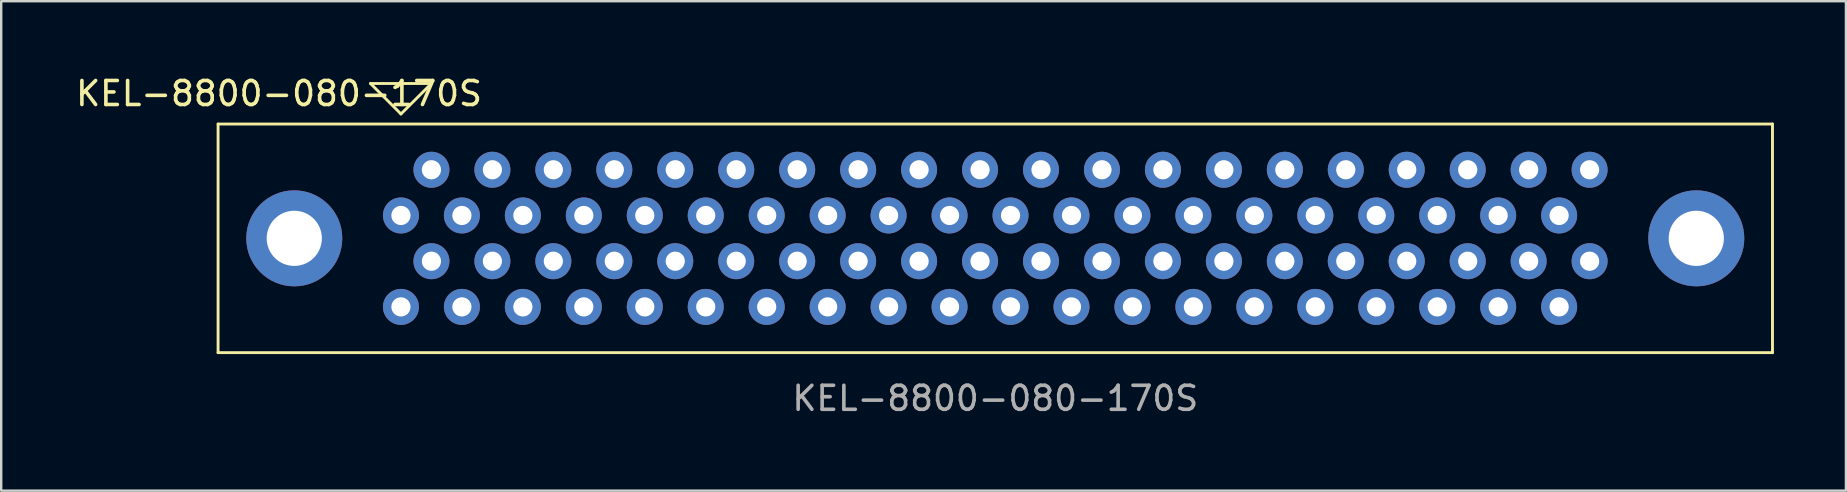
<source format=kicad_pcb>
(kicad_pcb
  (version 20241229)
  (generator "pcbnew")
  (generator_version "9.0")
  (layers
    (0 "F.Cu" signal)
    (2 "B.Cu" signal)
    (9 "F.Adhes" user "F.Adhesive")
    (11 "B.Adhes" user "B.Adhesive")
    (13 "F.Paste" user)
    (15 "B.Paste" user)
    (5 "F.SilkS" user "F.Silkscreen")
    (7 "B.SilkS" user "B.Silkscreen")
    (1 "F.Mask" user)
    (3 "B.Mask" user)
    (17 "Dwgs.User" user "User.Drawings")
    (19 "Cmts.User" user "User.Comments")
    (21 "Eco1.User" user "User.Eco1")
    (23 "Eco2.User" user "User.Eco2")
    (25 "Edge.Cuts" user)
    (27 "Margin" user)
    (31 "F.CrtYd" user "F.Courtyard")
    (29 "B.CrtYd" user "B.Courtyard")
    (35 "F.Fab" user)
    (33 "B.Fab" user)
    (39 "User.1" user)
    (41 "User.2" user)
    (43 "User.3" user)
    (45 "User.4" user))
  (footprint "KEL-8800-080-170S"
    (layer "F.Cu")
    (at 38.422 6.881)
    (property "Reference" "KEL-8800-080-170S" (at -29.845 -6.032 0) (unlocked yes) (layer "F.SilkS") (effects (font (size 1 1) (thickness 0.15))))
    (attr through_hole)
    (fp_line (start -32.385 -4.763) (end 32.385 -4.763) (stroke (width 0.12) (type solid)) (layer "F.SilkS"))
    (fp_line (start -32.385 4.763) (end -32.385 -4.763) (stroke (width 0.12) (type solid)) (layer "F.SilkS"))
    (fp_line (start -26.035 -6.452) (end -24.765 -5.182) (stroke (width 0.12) (type solid)) (layer "F.SilkS"))
    (fp_line (start -24.765 -5.182) (end -23.495 -6.452) (stroke (width 0.12) (type solid)) (layer "F.SilkS"))
    (fp_line (start -23.495 -6.452) (end -26.035 -6.452) (stroke (width 0.12) (type solid)) (layer "F.SilkS"))
    (fp_line (start 32.385 -4.763) (end 32.385 4.763) (stroke (width 0.12) (type solid)) (layer "F.SilkS"))
    (fp_line (start 32.385 4.763) (end -32.385 4.763) (stroke (width 0.12) (type solid)) (layer "F.SilkS"))
    (fp_text user "${REFERENCE}" (at 0 6.668 0) (unlocked yes) (layer "F.Fab") (effects (font (size 1 1) (thickness 0.15))))
    (pad "" thru_hole circle (at -29.21 0) (size 4 4) (drill 2.3) (layers "*.Cu" "*.Mask"))
    (pad "" thru_hole circle (at 29.21 0) (size 4 4) (drill 2.3) (layers "*.Cu" "*.Mask"))
    (pad "1" thru_hole circle (at -24.765 -0.953) (size 1.5 1.5) (drill 0.8) (layers "*.Cu" "*.Mask"))
    (pad "2" thru_hole circle (at -24.765 2.857) (size 1.5 1.5) (drill 0.8) (layers "*.Cu" "*.Mask"))
    (pad "3" thru_hole circle (at -23.495 -2.857) (size 1.5 1.5) (drill 0.8) (layers "*.Cu" "*.Mask"))
    (pad "4" thru_hole circle (at -23.495 0.953) (size 1.5 1.5) (drill 0.8) (layers "*.Cu" "*.Mask"))
    (pad "5" thru_hole circle (at -22.225 -0.953) (size 1.5 1.5) (drill 0.8) (layers "*.Cu" "*.Mask"))
    (pad "6" thru_hole circle (at -22.225 2.857) (size 1.5 1.5) (drill 0.8) (layers "*.Cu" "*.Mask"))
    (pad "7" thru_hole circle (at -20.955 -2.857) (size 1.5 1.5) (drill 0.8) (layers "*.Cu" "*.Mask"))
    (pad "8" thru_hole circle (at -20.955 0.953) (size 1.5 1.5) (drill 0.8) (layers "*.Cu" "*.Mask"))
    (pad "9" thru_hole circle (at -19.685 -0.953) (size 1.5 1.5) (drill 0.8) (layers "*.Cu" "*.Mask"))
    (pad "10" thru_hole circle (at -19.685 2.857) (size 1.5 1.5) (drill 0.8) (layers "*.Cu" "*.Mask"))
    (pad "11" thru_hole circle (at -18.415 -2.857) (size 1.5 1.5) (drill 0.8) (layers "*.Cu" "*.Mask"))
    (pad "12" thru_hole circle (at -18.415 0.953) (size 1.5 1.5) (drill 0.8) (layers "*.Cu" "*.Mask"))
    (pad "13" thru_hole circle (at -17.145 -0.953) (size 1.5 1.5) (drill 0.8) (layers "*.Cu" "*.Mask"))
    (pad "14" thru_hole circle (at -17.145 2.857) (size 1.5 1.5) (drill 0.8) (layers "*.Cu" "*.Mask"))
    (pad "15" thru_hole circle (at -15.875 -2.857) (size 1.5 1.5) (drill 0.8) (layers "*.Cu" "*.Mask"))
    (pad "16" thru_hole circle (at -15.875 0.953) (size 1.5 1.5) (drill 0.8) (layers "*.Cu" "*.Mask"))
    (pad "17" thru_hole circle (at -14.605 -0.953) (size 1.5 1.5) (drill 0.8) (layers "*.Cu" "*.Mask"))
    (pad "18" thru_hole circle (at -14.605 2.857) (size 1.5 1.5) (drill 0.8) (layers "*.Cu" "*.Mask"))
    (pad "19" thru_hole circle (at -13.335 -2.857) (size 1.5 1.5) (drill 0.8) (layers "*.Cu" "*.Mask"))
    (pad "20" thru_hole circle (at -13.335 0.953) (size 1.5 1.5) (drill 0.8) (layers "*.Cu" "*.Mask"))
    (pad "21" thru_hole circle (at -12.065 -0.953) (size 1.5 1.5) (drill 0.8) (layers "*.Cu" "*.Mask"))
    (pad "22" thru_hole circle (at -12.065 2.857) (size 1.5 1.5) (drill 0.8) (layers "*.Cu" "*.Mask"))
    (pad "23" thru_hole circle (at -10.795 -2.857) (size 1.5 1.5) (drill 0.8) (layers "*.Cu" "*.Mask"))
    (pad "24" thru_hole circle (at -10.795 0.953) (size 1.5 1.5) (drill 0.8) (layers "*.Cu" "*.Mask"))
    (pad "25" thru_hole circle (at -9.525 -0.953) (size 1.5 1.5) (drill 0.8) (layers "*.Cu" "*.Mask"))
    (pad "26" thru_hole circle (at -9.525 2.857) (size 1.5 1.5) (drill 0.8) (layers "*.Cu" "*.Mask"))
    (pad "27" thru_hole circle (at -8.255 -2.857) (size 1.5 1.5) (drill 0.8) (layers "*.Cu" "*.Mask"))
    (pad "28" thru_hole circle (at -8.255 0.953) (size 1.5 1.5) (drill 0.8) (layers "*.Cu" "*.Mask"))
    (pad "29" thru_hole circle (at -6.985 -0.953) (size 1.5 1.5) (drill 0.8) (layers "*.Cu" "*.Mask"))
    (pad "30" thru_hole circle (at -6.985 2.857) (size 1.5 1.5) (drill 0.8) (layers "*.Cu" "*.Mask"))
    (pad "31" thru_hole circle (at -5.715 -2.857) (size 1.5 1.5) (drill 0.8) (layers "*.Cu" "*.Mask"))
    (pad "32" thru_hole circle (at -5.715 0.953) (size 1.5 1.5) (drill 0.8) (layers "*.Cu" "*.Mask"))
    (pad "33" thru_hole circle (at -4.445 -0.953) (size 1.5 1.5) (drill 0.8) (layers "*.Cu" "*.Mask"))
    (pad "34" thru_hole circle (at -4.445 2.857) (size 1.5 1.5) (drill 0.8) (layers "*.Cu" "*.Mask"))
    (pad "35" thru_hole circle (at -3.175 -2.857) (size 1.5 1.5) (drill 0.8) (layers "*.Cu" "*.Mask"))
    (pad "36" thru_hole circle (at -3.175 0.953) (size 1.5 1.5) (drill 0.8) (layers "*.Cu" "*.Mask"))
    (pad "37" thru_hole circle (at -1.905 -0.953) (size 1.5 1.5) (drill 0.8) (layers "*.Cu" "*.Mask"))
    (pad "38" thru_hole circle (at -1.905 2.857) (size 1.5 1.5) (drill 0.8) (layers "*.Cu" "*.Mask"))
    (pad "39" thru_hole circle (at -0.635 -2.857) (size 1.5 1.5) (drill 0.8) (layers "*.Cu" "*.Mask"))
    (pad "40" thru_hole circle (at -0.635 0.953) (size 1.5 1.5) (drill 0.8) (layers "*.Cu" "*.Mask"))
    (pad "41" thru_hole circle (at 0.635 -0.953) (size 1.5 1.5) (drill 0.8) (layers "*.Cu" "*.Mask"))
    (pad "42" thru_hole circle (at 0.635 2.857) (size 1.5 1.5) (drill 0.8) (layers "*.Cu" "*.Mask"))
    (pad "43" thru_hole circle (at 1.905 -2.857) (size 1.5 1.5) (drill 0.8) (layers "*.Cu" "*.Mask"))
    (pad "44" thru_hole circle (at 1.905 0.953) (size 1.5 1.5) (drill 0.8) (layers "*.Cu" "*.Mask"))
    (pad "45" thru_hole circle (at 3.175 -0.953) (size 1.5 1.5) (drill 0.8) (layers "*.Cu" "*.Mask"))
    (pad "46" thru_hole circle (at 3.175 2.857) (size 1.5 1.5) (drill 0.8) (layers "*.Cu" "*.Mask"))
    (pad "47" thru_hole circle (at 4.445 -2.857) (size 1.5 1.5) (drill 0.8) (layers "*.Cu" "*.Mask"))
    (pad "48" thru_hole circle (at 4.445 0.953) (size 1.5 1.5) (drill 0.8) (layers "*.Cu" "*.Mask"))
    (pad "49" thru_hole circle (at 5.715 -0.953) (size 1.5 1.5) (drill 0.8) (layers "*.Cu" "*.Mask"))
    (pad "50" thru_hole circle (at 5.715 2.857) (size 1.5 1.5) (drill 0.8) (layers "*.Cu" "*.Mask"))
    (pad "51" thru_hole circle (at 6.985 -2.857) (size 1.5 1.5) (drill 0.8) (layers "*.Cu" "*.Mask"))
    (pad "52" thru_hole circle (at 6.985 0.953) (size 1.5 1.5) (drill 0.8) (layers "*.Cu" "*.Mask"))
    (pad "53" thru_hole circle (at 8.255 -0.953) (size 1.5 1.5) (drill 0.8) (layers "*.Cu" "*.Mask"))
    (pad "54" thru_hole circle (at 8.255 2.857) (size 1.5 1.5) (drill 0.8) (layers "*.Cu" "*.Mask"))
    (pad "55" thru_hole circle (at 9.525 -2.857) (size 1.5 1.5) (drill 0.8) (layers "*.Cu" "*.Mask"))
    (pad "56" thru_hole circle (at 9.525 0.953) (size 1.5 1.5) (drill 0.8) (layers "*.Cu" "*.Mask"))
    (pad "57" thru_hole circle (at 10.795 -0.953) (size 1.5 1.5) (drill 0.8) (layers "*.Cu" "*.Mask"))
    (pad "58" thru_hole circle (at 10.795 2.857) (size 1.5 1.5) (drill 0.8) (layers "*.Cu" "*.Mask"))
    (pad "59" thru_hole circle (at 12.065 -2.857) (size 1.5 1.5) (drill 0.8) (layers "*.Cu" "*.Mask"))
    (pad "60" thru_hole circle (at 12.065 0.953) (size 1.5 1.5) (drill 0.8) (layers "*.Cu" "*.Mask"))
    (pad "61" thru_hole circle (at 13.335 -0.953) (size 1.5 1.5) (drill 0.8) (layers "*.Cu" "*.Mask"))
    (pad "62" thru_hole circle (at 13.335 2.857) (size 1.5 1.5) (drill 0.8) (layers "*.Cu" "*.Mask"))
    (pad "63" thru_hole circle (at 14.605 -2.857) (size 1.5 1.5) (drill 0.8) (layers "*.Cu" "*.Mask"))
    (pad "64" thru_hole circle (at 14.605 0.953) (size 1.5 1.5) (drill 0.8) (layers "*.Cu" "*.Mask"))
    (pad "65" thru_hole circle (at 15.875 -0.953) (size 1.5 1.5) (drill 0.8) (layers "*.Cu" "*.Mask"))
    (pad "66" thru_hole circle (at 15.875 2.857) (size 1.5 1.5) (drill 0.8) (layers "*.Cu" "*.Mask"))
    (pad "67" thru_hole circle (at 17.145 -2.857) (size 1.5 1.5) (drill 0.8) (layers "*.Cu" "*.Mask"))
    (pad "68" thru_hole circle (at 17.145 0.953) (size 1.5 1.5) (drill 0.8) (layers "*.Cu" "*.Mask"))
    (pad "69" thru_hole circle (at 18.415 -0.953) (size 1.5 1.5) (drill 0.8) (layers "*.Cu" "*.Mask"))
    (pad "70" thru_hole circle (at 18.415 2.857) (size 1.5 1.5) (drill 0.8) (layers "*.Cu" "*.Mask"))
    (pad "71" thru_hole circle (at 19.685 -2.857) (size 1.5 1.5) (drill 0.8) (layers "*.Cu" "*.Mask"))
    (pad "72" thru_hole circle (at 19.685 0.953) (size 1.5 1.5) (drill 0.8) (layers "*.Cu" "*.Mask"))
    (pad "73" thru_hole circle (at 20.955 -0.953) (size 1.5 1.5) (drill 0.8) (layers "*.Cu" "*.Mask"))
    (pad "74" thru_hole circle (at 20.955 2.857) (size 1.5 1.5) (drill 0.8) (layers "*.Cu" "*.Mask"))
    (pad "75" thru_hole circle (at 22.225 -2.857) (size 1.5 1.5) (drill 0.8) (layers "*.Cu" "*.Mask"))
    (pad "76" thru_hole circle (at 22.225 0.953) (size 1.5 1.5) (drill 0.8) (layers "*.Cu" "*.Mask"))
    (pad "77" thru_hole circle (at 23.495 -0.953) (size 1.5 1.5) (drill 0.8) (layers "*.Cu" "*.Mask"))
    (pad "78" thru_hole circle (at 23.495 2.857) (size 1.5 1.5) (drill 0.8) (layers "*.Cu" "*.Mask"))
    (pad "79" thru_hole circle (at 24.765 -2.857) (size 1.5 1.5) (drill 0.8) (layers "*.Cu" "*.Mask"))
    (pad "80" thru_hole circle (at 24.765 0.953) (size 1.5 1.5) (drill 0.8) (layers "*.Cu" "*.Mask")))
  (gr_rect
    (start -3 -3)
    (end 73.867 17.396)
    (stroke (width 0.1) (type default))
    (fill no)
    (layer "Edge.Cuts")))
</source>
